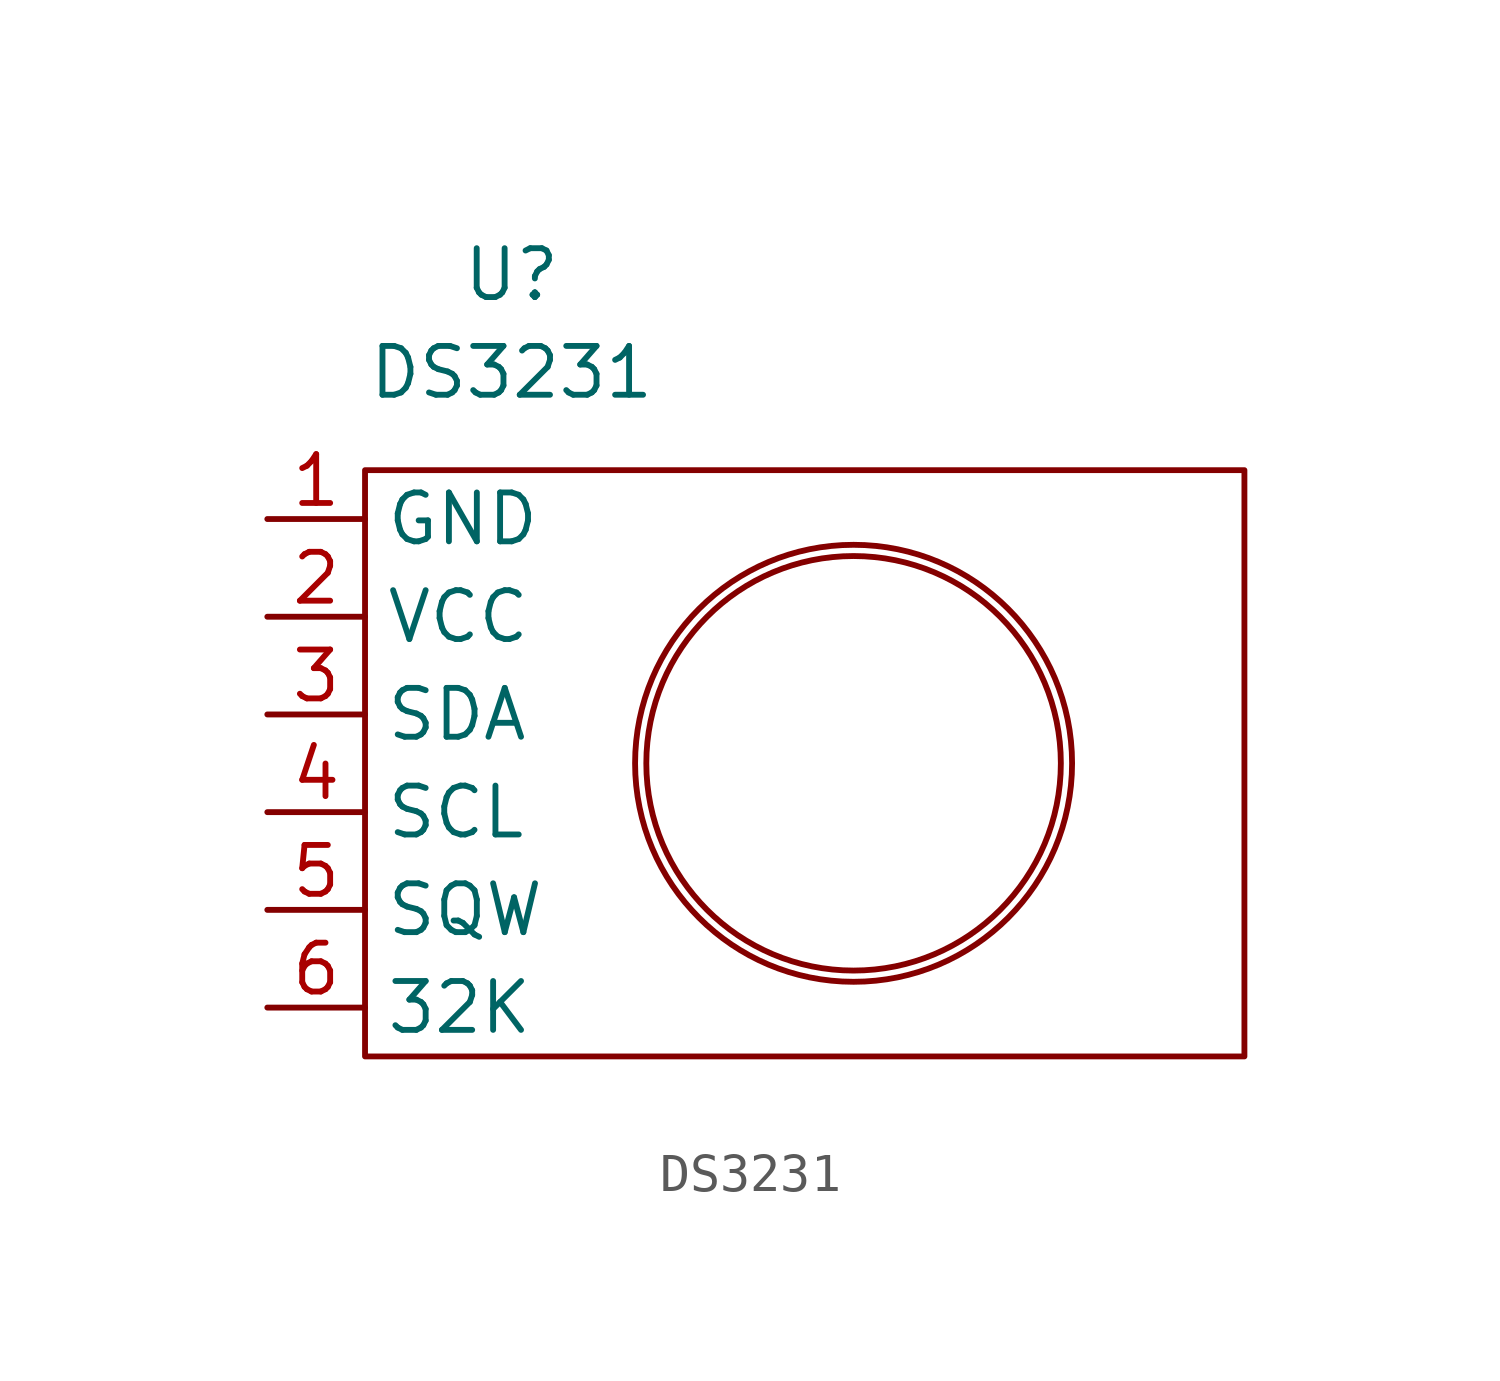
<source format=kicad_sym>
(kicad_symbol_lib
  (version 20211014)
  (generator kicad_symbol_editor)
  (symbol "DS3231"
    (property "Reference" "U"
      (at -7.62 12.7 0)
      (effects (font (size 1.27 1.27))))
    (property "Value" "DS3231"
      (at -7.62 10.16 0)
      (effects (font (size 1.27 1.27))))
    (symbol "DS3231_0_1"
      (rectangle (start -11.43 7.62) (end 11.43 -7.62) (stroke (width 0.152) (type default) (color 0 0 0 0)) (fill (type none)))
      (circle (center 1.27 0) (radius 5.388) (stroke (width 0.152) (type default) (color 0 0 0 0)) (fill (type none)))
      (circle (center 1.27 0) (radius 5.68) (stroke (width 0.152) (type default) (color 0 0 0 0)) (fill (type none))))
    (symbol "DS3231_1_1"
      (pin input line (at -13.97 6.35 0) (length 2.54) (name "GND" (effects (font (size 1.27 1.27)))) (number "1" (effects (font (size 1.27 1.27)))))
      (pin input line (at -13.97 3.81 0) (length 2.54) (name "VCC" (effects (font (size 1.27 1.27)))) (number "2" (effects (font (size 1.27 1.27)))))
      (pin input line (at -13.97 1.27 0) (length 2.54) (name "SDA" (effects (font (size 1.27 1.27)))) (number "3" (effects (font (size 1.27 1.27)))))
      (pin input line (at -13.97 -1.27 0) (length 2.54) (name "SCL" (effects (font (size 1.27 1.27)))) (number "4" (effects (font (size 1.27 1.27)))))
      (pin input line (at -13.97 -3.81 0) (length 2.54) (name "SQW" (effects (font (size 1.27 1.27)))) (number "5" (effects (font (size 1.27 1.27)))))
      (pin output line (at -13.97 -6.35 0) (length 2.54) (name "32K" (effects (font (size 1.27 1.27)))) (number "6" (effects (font (size 1.27 1.27))))))))
</source>
